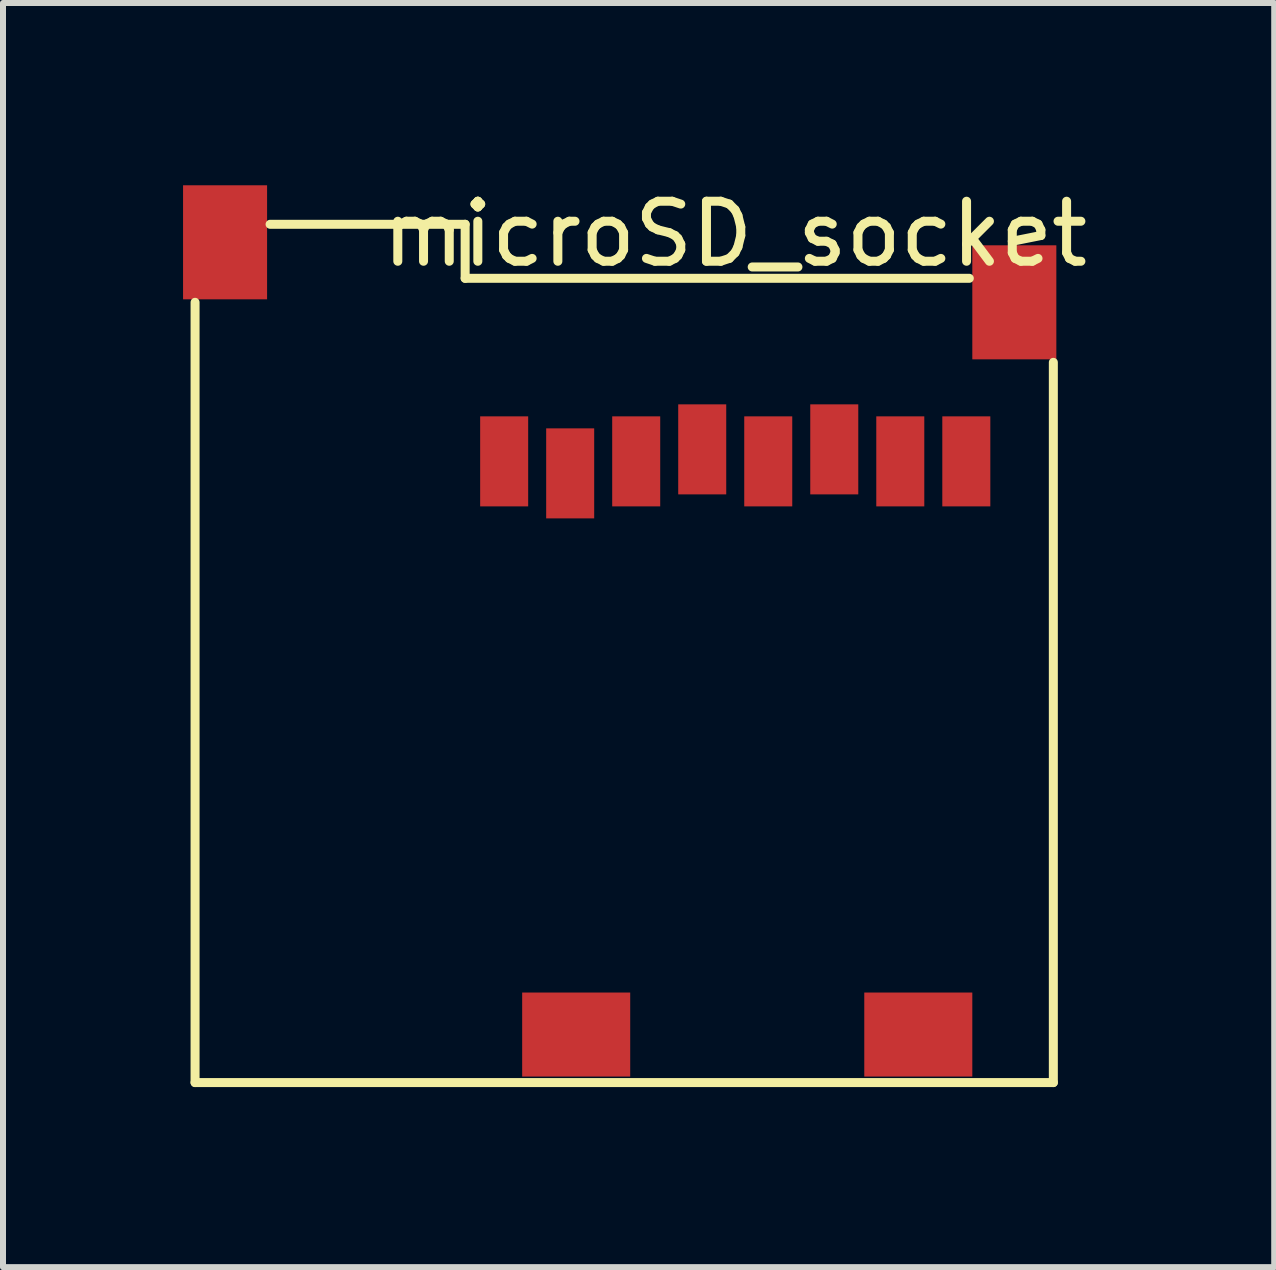
<source format=kicad_pcb>
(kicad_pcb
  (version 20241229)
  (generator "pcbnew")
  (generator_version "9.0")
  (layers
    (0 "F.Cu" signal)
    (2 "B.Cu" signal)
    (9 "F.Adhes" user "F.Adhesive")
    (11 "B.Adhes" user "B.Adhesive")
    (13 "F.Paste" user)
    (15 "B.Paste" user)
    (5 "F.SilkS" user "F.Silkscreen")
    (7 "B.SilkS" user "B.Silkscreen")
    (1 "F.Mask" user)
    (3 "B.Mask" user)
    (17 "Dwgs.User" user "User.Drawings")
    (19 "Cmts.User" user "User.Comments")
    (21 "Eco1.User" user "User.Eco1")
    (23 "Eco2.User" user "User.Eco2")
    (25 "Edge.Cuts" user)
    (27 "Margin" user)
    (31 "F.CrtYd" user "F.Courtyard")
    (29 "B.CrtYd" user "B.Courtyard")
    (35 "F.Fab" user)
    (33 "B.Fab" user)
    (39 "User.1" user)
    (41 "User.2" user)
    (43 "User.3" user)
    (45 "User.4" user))
  (footprint "microSD_socket"
    (layer "F.Cu")
    (at 9.2 13.487)
    (property "Reference" "microSD_socket" (at -0.003 -12.639 0) (layer "F.SilkS") (effects (font (size 1 1) (thickness 0.15))))
    (attr through_hole)
    (fp_line (start -9 1.5) (end -9 -11.5) (stroke (width 0.15) (type solid)) (layer "F.SilkS"))
    (fp_line (start -7.75 -12.8) (end -4.5 -12.8) (stroke (width 0.15) (type solid)) (layer "F.SilkS"))
    (fp_line (start -4.5 -12.8) (end -4.5 -11.9) (stroke (width 0.15) (type solid)) (layer "F.SilkS"))
    (fp_line (start -4.5 -11.9) (end 3.9 -11.9) (stroke (width 0.15) (type solid)) (layer "F.SilkS"))
    (fp_line (start 5.3 -10.5) (end 5.3 1.5) (stroke (width 0.15) (type solid)) (layer "F.SilkS"))
    (fp_line (start 5.3 1.5) (end -9 1.5) (stroke (width 0.15) (type solid)) (layer "F.SilkS"))
    (pad "1" smd rect (at -3.85 -8.85) (size 0.8 1.5) (layers "F.Cu" "F.Mask" "F.Paste"))
    (pad "2" smd rect (at -2.75 -8.65) (size 0.8 1.5) (layers "F.Cu" "F.Mask" "F.Paste"))
    (pad "3" smd rect (at -1.65 -8.85) (size 0.8 1.5) (layers "F.Cu" "F.Mask" "F.Paste"))
    (pad "4" smd rect (at -0.55 -9.05) (size 0.8 1.5) (layers "F.Cu" "F.Mask" "F.Paste"))
    (pad "5" smd rect (at 0.55 -8.85) (size 0.8 1.5) (layers "F.Cu" "F.Mask" "F.Paste"))
    (pad "6" smd rect (at 1.65 -9.05) (size 0.8 1.5) (layers "F.Cu" "F.Mask" "F.Paste"))
    (pad "7" smd rect (at 2.75 -8.85) (size 0.8 1.5) (layers "F.Cu" "F.Mask" "F.Paste"))
    (pad "8" smd rect (at 3.85 -8.85) (size 0.8 1.5) (layers "F.Cu" "F.Mask" "F.Paste"))
    (pad "9" smd rect (at 3.05 0.7) (size 1.8 1.4) (layers "F.Cu" "F.Mask" "F.Paste"))
    (pad "10" smd rect (at -2.65 0.7) (size 1.8 1.4) (layers "F.Cu" "F.Mask" "F.Paste"))
    (pad "11" smd rect (at -8.5 -12.5) (size 1.4 1.9) (layers "F.Cu" "F.Mask" "F.Paste"))
    (pad "11" smd rect (at 4.65 -11.5) (size 1.4 1.9) (layers "F.Cu" "F.Mask" "F.Paste")))
  (gr_rect
    (start -3 -3)
    (end 18.18 18.062)
    (stroke (width 0.1) (type default))
    (fill no)
    (layer "Edge.Cuts")))
</source>
